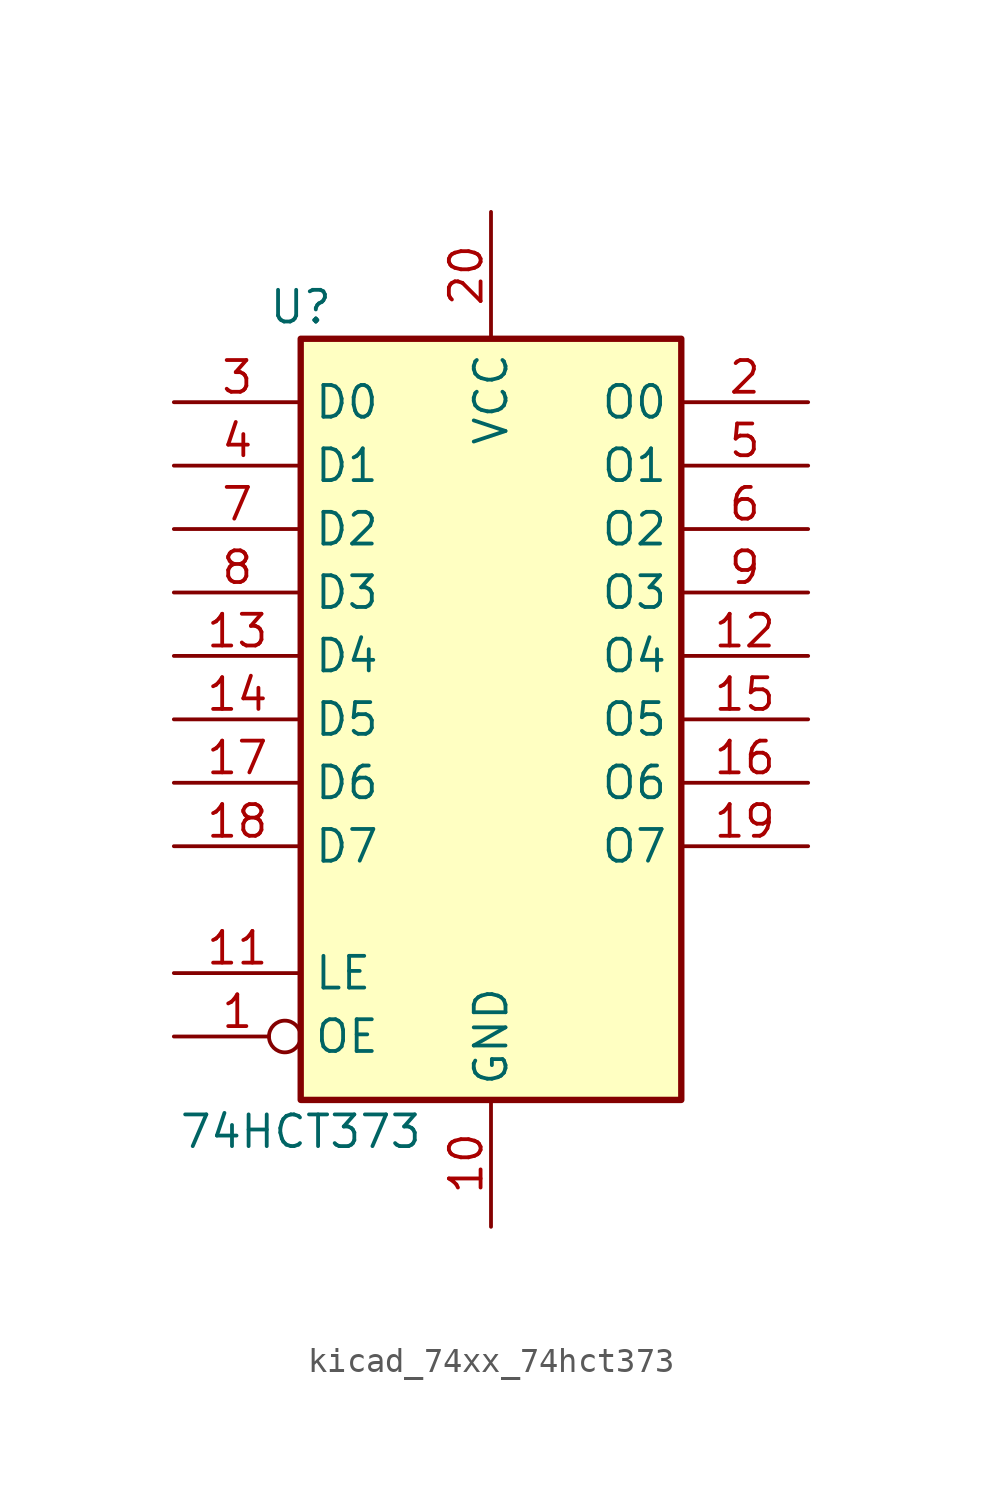
<source format=kicad_sym>
(kicad_symbol_lib
  (version 20220914)
  (generator kicad_symbol_editor)
  (symbol "kicad_74xx_74hct373"
    (property "Reference" "U"
      (at -7.62 16.51 0)
      (effects (font (size 1.27 1.27))))
    (property "Value" "74HCT373"
      (at -7.62 -16.51 0)
      (effects (font (size 1.27 1.27))))
    (symbol "kicad_74xx_74hct373_1_0"
      (pin input inverted (at -12.7 -12.7 0) (length 5.08) (name "OE" (effects (font (size 1.27 1.27)))) (number "1" (effects (font (size 1.27 1.27)))))
      (pin power_in line (at 0 -20.32 90) (length 5.08) (name "GND" (effects (font (size 1.27 1.27)))) (number "10" (effects (font (size 1.27 1.27)))))
      (pin input line (at -12.7 -10.16 0) (length 5.08) (name "LE" (effects (font (size 1.27 1.27)))) (number "11" (effects (font (size 1.27 1.27)))))
      (pin tri_state line (at 12.7 2.54 180) (length 5.08) (name "O4" (effects (font (size 1.27 1.27)))) (number "12" (effects (font (size 1.27 1.27)))))
      (pin input line (at -12.7 2.54 0) (length 5.08) (name "D4" (effects (font (size 1.27 1.27)))) (number "13" (effects (font (size 1.27 1.27)))))
      (pin input line (at -12.7 0 0) (length 5.08) (name "D5" (effects (font (size 1.27 1.27)))) (number "14" (effects (font (size 1.27 1.27)))))
      (pin tri_state line (at 12.7 0 180) (length 5.08) (name "O5" (effects (font (size 1.27 1.27)))) (number "15" (effects (font (size 1.27 1.27)))))
      (pin tri_state line (at 12.7 -2.54 180) (length 5.08) (name "O6" (effects (font (size 1.27 1.27)))) (number "16" (effects (font (size 1.27 1.27)))))
      (pin input line (at -12.7 -2.54 0) (length 5.08) (name "D6" (effects (font (size 1.27 1.27)))) (number "17" (effects (font (size 1.27 1.27)))))
      (pin input line (at -12.7 -5.08 0) (length 5.08) (name "D7" (effects (font (size 1.27 1.27)))) (number "18" (effects (font (size 1.27 1.27)))))
      (pin tri_state line (at 12.7 -5.08 180) (length 5.08) (name "O7" (effects (font (size 1.27 1.27)))) (number "19" (effects (font (size 1.27 1.27)))))
      (pin tri_state line (at 12.7 12.7 180) (length 5.08) (name "O0" (effects (font (size 1.27 1.27)))) (number "2" (effects (font (size 1.27 1.27)))))
      (pin power_in line (at 0 20.32 270) (length 5.08) (name "VCC" (effects (font (size 1.27 1.27)))) (number "20" (effects (font (size 1.27 1.27)))))
      (pin input line (at -12.7 12.7 0) (length 5.08) (name "D0" (effects (font (size 1.27 1.27)))) (number "3" (effects (font (size 1.27 1.27)))))
      (pin input line (at -12.7 10.16 0) (length 5.08) (name "D1" (effects (font (size 1.27 1.27)))) (number "4" (effects (font (size 1.27 1.27)))))
      (pin tri_state line (at 12.7 10.16 180) (length 5.08) (name "O1" (effects (font (size 1.27 1.27)))) (number "5" (effects (font (size 1.27 1.27)))))
      (pin tri_state line (at 12.7 7.62 180) (length 5.08) (name "O2" (effects (font (size 1.27 1.27)))) (number "6" (effects (font (size 1.27 1.27)))))
      (pin input line (at -12.7 7.62 0) (length 5.08) (name "D2" (effects (font (size 1.27 1.27)))) (number "7" (effects (font (size 1.27 1.27)))))
      (pin input line (at -12.7 5.08 0) (length 5.08) (name "D3" (effects (font (size 1.27 1.27)))) (number "8" (effects (font (size 1.27 1.27)))))
      (pin tri_state line (at 12.7 5.08 180) (length 5.08) (name "O3" (effects (font (size 1.27 1.27)))) (number "9" (effects (font (size 1.27 1.27))))))
    (symbol "kicad_74xx_74hct373_1_1"
      (rectangle (start -7.62 15.24) (end 7.62 -15.24) (stroke (width 0.254) (type default)) (fill (type background))))))
</source>
